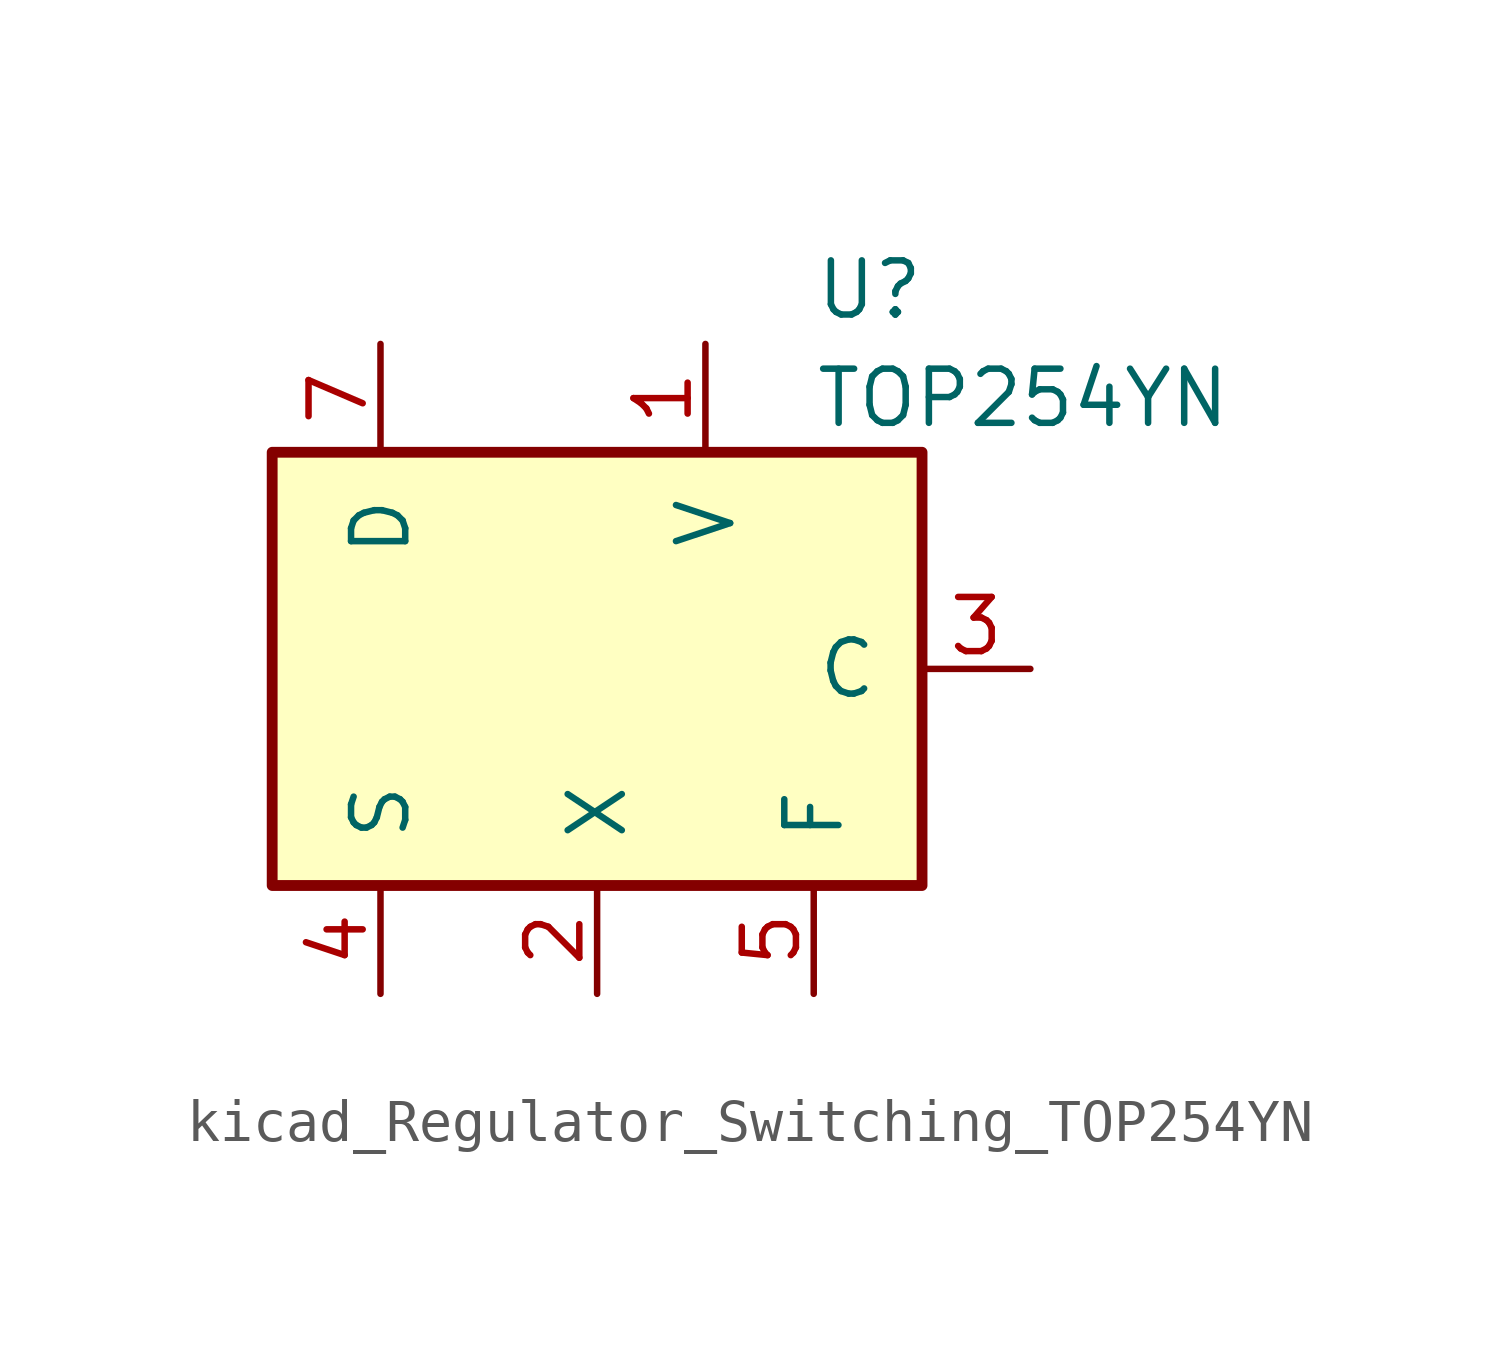
<source format=kicad_sym>
(kicad_symbol_lib
  (version 20220914)
  (generator kicad_symbol_editor)
  (symbol "kicad_Regulator_Switching_TOP254YN"
    (pin_names
      (offset 1.016))
    (property "Reference" "U"
      (at 5.08 8.89 0)
      (effects (font (size 1.27 1.27)) (justify left)))
    (property "Value" "TOP254YN"
      (at 5.08 6.35 0)
      (effects (font (size 1.27 1.27)) (justify left)))
    (symbol "kicad_Regulator_Switching_TOP254YN_0_1"
      (rectangle (start -7.62 5.08) (end 7.62 -5.08) (stroke (width 0.254) (type default)) (fill (type background))))
    (symbol "kicad_Regulator_Switching_TOP254YN_1_1"
      (pin input line (at 2.54 7.62 270) (length 2.54) (name "V" (effects (font (size 1.27 1.27)))) (number "1" (effects (font (size 1.27 1.27)))))
      (pin input line (at 0 -7.62 90) (length 2.54) (name "X" (effects (font (size 1.27 1.27)))) (number "2" (effects (font (size 1.27 1.27)))))
      (pin input line (at 10.16 0 180) (length 2.54) (name "C" (effects (font (size 1.27 1.27)))) (number "3" (effects (font (size 1.27 1.27)))))
      (pin power_in line (at -5.08 -7.62 90) (length 2.54) (name "S" (effects (font (size 1.27 1.27)))) (number "4" (effects (font (size 1.27 1.27)))))
      (pin passive line (at 5.08 -7.62 90) (length 2.54) (name "F" (effects (font (size 1.27 1.27)))) (number "5" (effects (font (size 1.27 1.27)))))
      (pin open_collector line (at -5.08 7.62 270) (length 2.54) (name "D" (effects (font (size 1.27 1.27)))) (number "7" (effects (font (size 1.27 1.27))))))))
</source>
